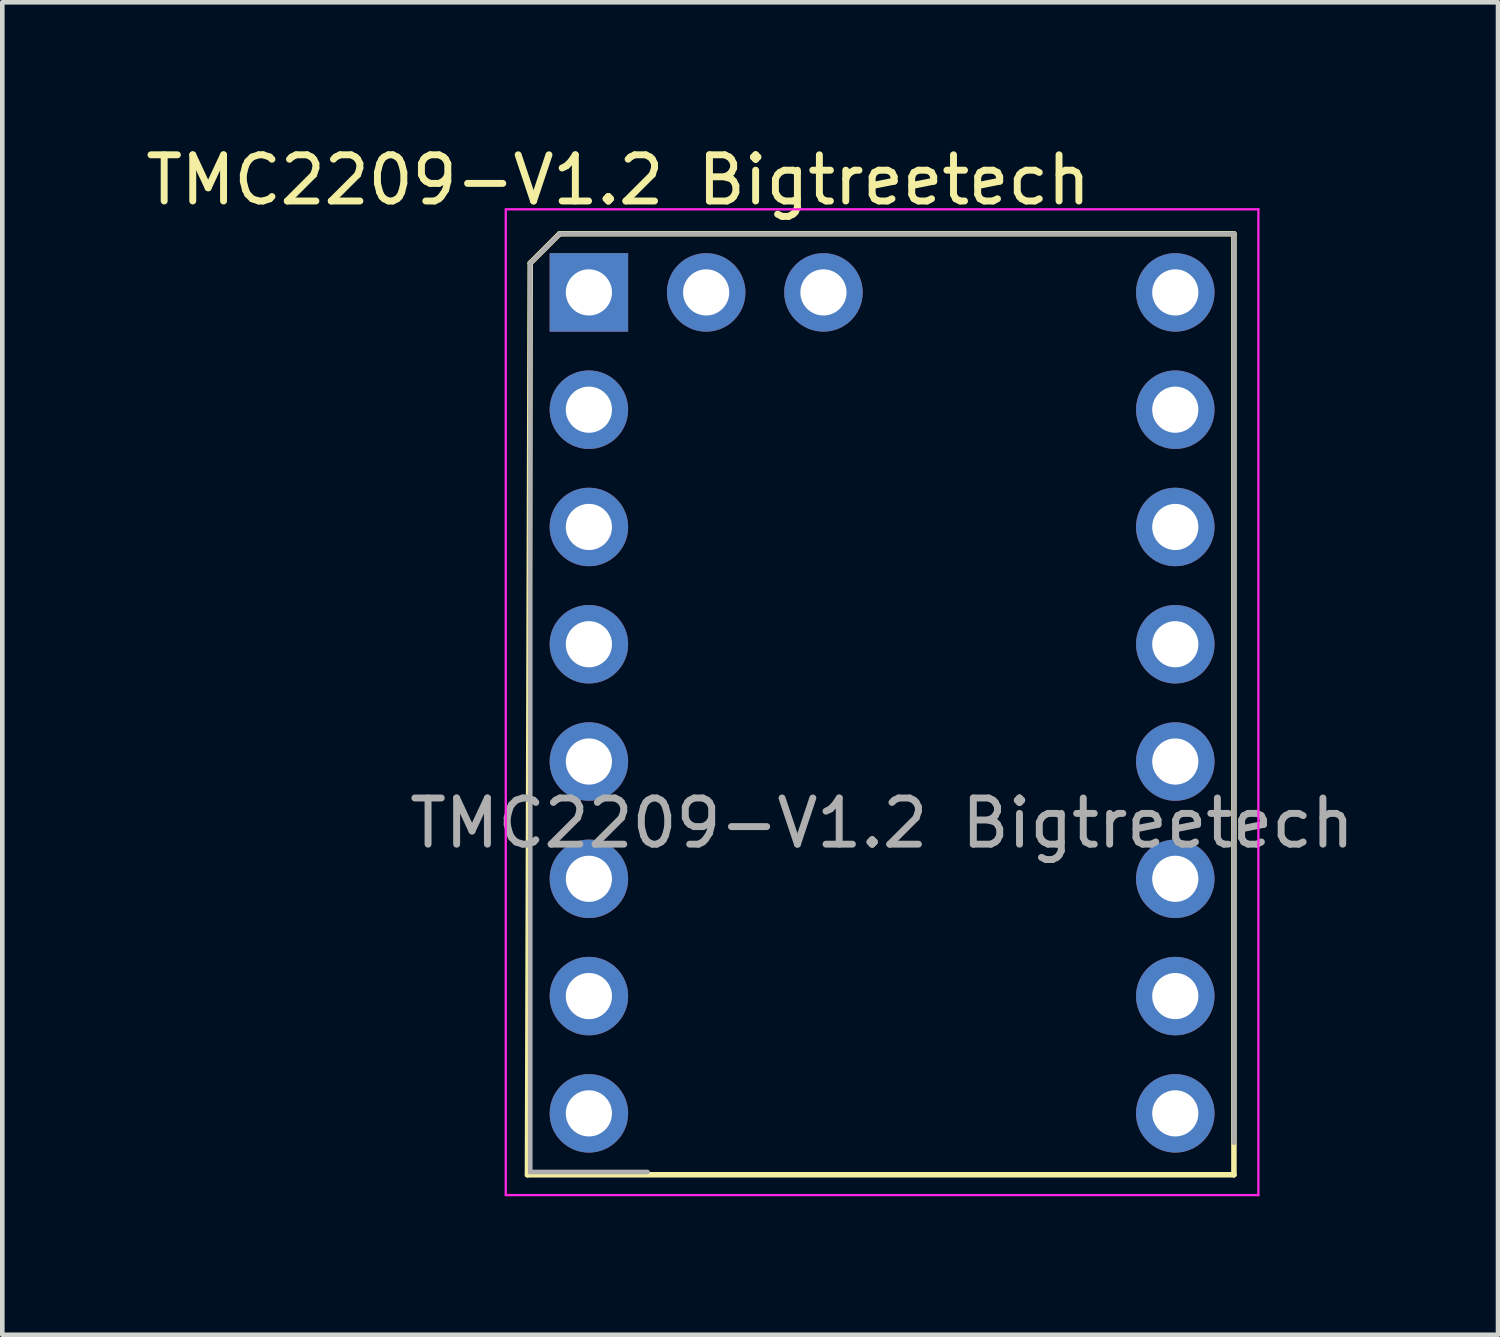
<source format=kicad_pcb>
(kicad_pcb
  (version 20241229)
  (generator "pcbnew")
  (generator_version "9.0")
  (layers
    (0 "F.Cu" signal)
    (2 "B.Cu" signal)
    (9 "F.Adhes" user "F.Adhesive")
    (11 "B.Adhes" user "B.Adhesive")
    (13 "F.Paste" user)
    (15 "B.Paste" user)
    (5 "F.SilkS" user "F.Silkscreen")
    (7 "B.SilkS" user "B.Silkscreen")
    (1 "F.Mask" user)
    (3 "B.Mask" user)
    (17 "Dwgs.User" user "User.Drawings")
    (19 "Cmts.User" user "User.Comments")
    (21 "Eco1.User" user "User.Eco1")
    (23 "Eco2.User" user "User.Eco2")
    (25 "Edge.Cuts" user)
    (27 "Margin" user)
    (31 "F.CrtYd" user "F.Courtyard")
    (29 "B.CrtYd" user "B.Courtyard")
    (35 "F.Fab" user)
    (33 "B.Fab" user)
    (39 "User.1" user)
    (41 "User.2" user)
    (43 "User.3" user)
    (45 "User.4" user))
  (footprint "TMC2209-V1.2 Bigtreetech"
    (layer "F.Cu")
    (at 16.054 12.278)
    (property "Reference" "TMC2209-V1.2 Bigtreetech" (at -5.715 -11.43 0) (unlocked yes) (layer "F.SilkS") (effects (font (size 1 1) (thickness 0.15))))
    (attr through_hole)
    (fp_line (start -7.68 10.115) (end 7.62 10.115) (stroke (width 0.12) (type solid)) (layer "F.SilkS"))
    (fp_line (start -7.62 -9.63) (end -7.68 10.115) (stroke (width 0.12) (type solid)) (layer "F.SilkS"))
    (fp_line (start -7.62 -9.63) (end -6.985 -10.265) (stroke (width 0.12) (type solid)) (layer "F.SilkS"))
    (fp_line (start -6.985 -10.265) (end 7.62 -10.265) (stroke (width 0.12) (type solid)) (layer "F.SilkS"))
    (fp_line (start 7.62 10.115) (end 7.62 -10.265) (stroke (width 0.12) (type solid)) (layer "F.SilkS"))
    (fp_line (start -8.15 -10.795) (end -8.15 10.555) (stroke (width 0.05) (type solid)) (layer "F.CrtYd"))
    (fp_line (start -8.15 10.555) (end 8.15 10.555) (stroke (width 0.05) (type solid)) (layer "F.CrtYd"))
    (fp_line (start 8.15 -10.795) (end -8.15 -10.795) (stroke (width 0.05) (type solid)) (layer "F.CrtYd"))
    (fp_line (start 8.15 10.555) (end 8.15 -10.795) (stroke (width 0.05) (type solid)) (layer "F.CrtYd"))
    (fp_line (start -7.62 -9.63) (end -6.985 -10.265) (stroke (width 0.1) (type solid)) (layer "F.Fab"))
    (fp_line (start -7.62 10.055) (end -7.62 -9.63) (stroke (width 0.1) (type solid)) (layer "F.Fab"))
    (fp_line (start -6.985 -10.265) (end 7.62 -10.265) (stroke (width 0.1) (type solid)) (layer "F.Fab"))
    (fp_line (start -5.08 10.055) (end -7.62 10.055) (stroke (width 0.1) (type solid)) (layer "F.Fab"))
    (fp_line (start 7.62 -10.265) (end 7.62 9.42) (stroke (width 0.1) (type solid)) (layer "F.Fab"))
    (fp_text user "${REFERENCE}" (at 0 2.5 0) (unlocked yes) (layer "F.Fab") (effects (font (size 1 1) (thickness 0.15))))
    (pad "1" thru_hole rect (at -6.35 -8.995) (size 1.7 1.7) (drill 1) (layers "*.Cu" "*.Mask"))
    (pad "2" thru_hole oval (at -6.35 -6.455) (size 1.7 1.7) (drill 1) (layers "*.Cu" "*.Mask"))
    (pad "3" thru_hole oval (at -6.35 -3.915) (size 1.7 1.7) (drill 1) (layers "*.Cu" "*.Mask"))
    (pad "4" thru_hole oval (at -6.35 -1.375) (size 1.7 1.7) (drill 1) (layers "*.Cu" "*.Mask"))
    (pad "5" thru_hole oval (at -6.35 1.165) (size 1.7 1.7) (drill 1) (layers "*.Cu" "*.Mask"))
    (pad "6" thru_hole oval (at -6.35 3.705) (size 1.7 1.7) (drill 1) (layers "*.Cu" "*.Mask"))
    (pad "7" thru_hole oval (at -6.35 6.245) (size 1.7 1.7) (drill 1) (layers "*.Cu" "*.Mask"))
    (pad "8" thru_hole oval (at -6.35 8.785) (size 1.7 1.7) (drill 1) (layers "*.Cu" "*.Mask"))
    (pad "9" thru_hole oval (at 6.35 8.785) (size 1.7 1.7) (drill 1) (layers "*.Cu" "*.Mask"))
    (pad "10" thru_hole oval (at 6.35 6.245) (size 1.7 1.7) (drill 1) (layers "*.Cu" "*.Mask"))
    (pad "11" thru_hole oval (at 6.35 3.705) (size 1.7 1.7) (drill 1) (layers "*.Cu" "*.Mask"))
    (pad "12" thru_hole oval (at 6.35 1.165) (size 1.7 1.7) (drill 1) (layers "*.Cu" "*.Mask"))
    (pad "13" thru_hole oval (at 6.35 -1.375) (size 1.7 1.7) (drill 1) (layers "*.Cu" "*.Mask"))
    (pad "14" thru_hole oval (at 6.35 -3.915) (size 1.7 1.7) (drill 1) (layers "*.Cu" "*.Mask"))
    (pad "15" thru_hole oval (at 6.35 -6.455) (size 1.7 1.7) (drill 1) (layers "*.Cu" "*.Mask"))
    (pad "16" thru_hole oval (at 6.35 -8.995) (size 1.7 1.7) (drill 1) (layers "*.Cu" "*.Mask"))
    (pad "17" thru_hole oval (at -1.27 -8.995) (size 1.7 1.7) (drill 1) (layers "*.Cu" "*.Mask"))
    (pad "18" thru_hole oval (at -3.81 -8.995) (size 1.7 1.7) (drill 1) (layers "*.Cu" "*.Mask")))
  (gr_rect
    (start -3 -3)
    (end 29.394 25.858)
    (stroke (width 0.1) (type default))
    (fill no)
    (layer "Edge.Cuts")))
</source>
